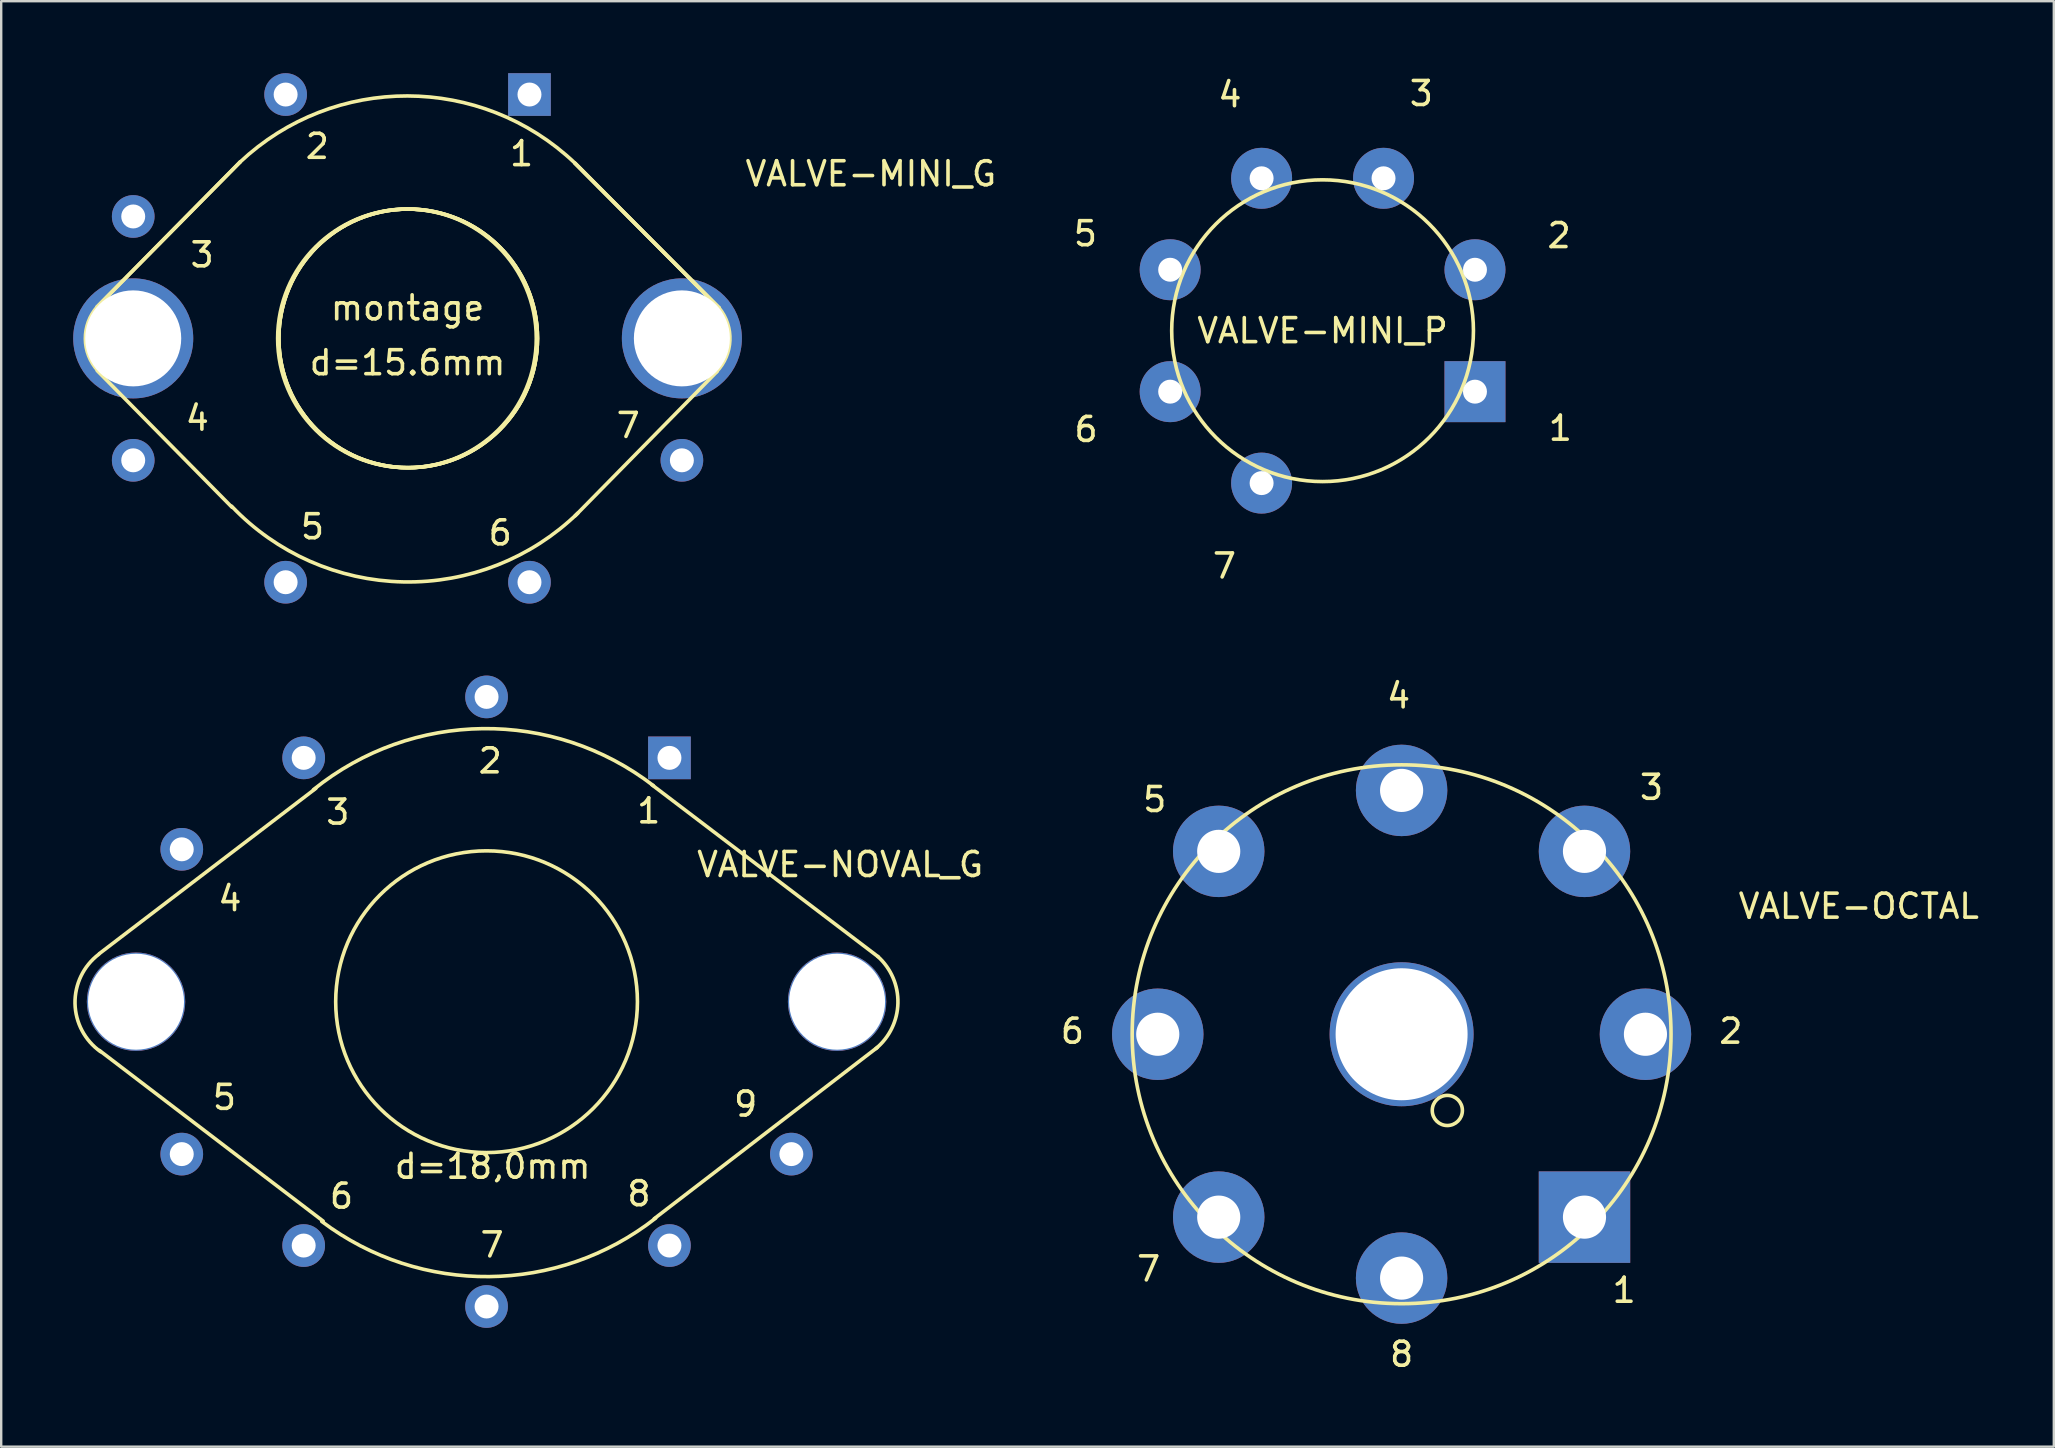
<source format=kicad_pcb>
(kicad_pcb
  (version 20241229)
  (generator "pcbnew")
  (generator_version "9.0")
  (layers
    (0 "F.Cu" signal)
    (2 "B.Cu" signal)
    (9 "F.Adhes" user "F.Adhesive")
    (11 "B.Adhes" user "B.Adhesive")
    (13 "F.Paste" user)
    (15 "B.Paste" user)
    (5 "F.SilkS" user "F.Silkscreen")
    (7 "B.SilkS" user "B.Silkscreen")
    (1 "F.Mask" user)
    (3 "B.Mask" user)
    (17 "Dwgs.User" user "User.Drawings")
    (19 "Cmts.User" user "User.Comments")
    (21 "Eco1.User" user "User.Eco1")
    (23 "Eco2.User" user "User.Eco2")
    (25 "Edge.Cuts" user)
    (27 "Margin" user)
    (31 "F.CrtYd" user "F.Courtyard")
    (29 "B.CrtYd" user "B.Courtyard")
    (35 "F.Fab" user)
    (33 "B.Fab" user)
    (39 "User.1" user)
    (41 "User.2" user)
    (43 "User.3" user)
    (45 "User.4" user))
  (footprint "VALVE-NOVAL_G"
    (layer "F.Cu")
    (at 17.223 38.687)
    (property "Reference" "VALVE-NOVAL_G" (at 14.732 -5.715 0) (layer "F.SilkS") (effects (font (size 1 1) (thickness 0.15))))
    (attr exclude_from_pos_files exclude_from_bom)
    (fp_line (start -16.129 -2.007) (end -7.112 -8.89) (stroke (width 0.15) (type solid)) (layer "F.SilkS"))
    (fp_line (start -16.129 2.032) (end -6.807 9.144) (stroke (width 0.15) (type solid)) (layer "F.SilkS"))
    (fp_line (start 16.281 1.905) (end 6.985 9.042) (stroke (width 0.15) (type solid)) (layer "F.SilkS"))
    (fp_line (start 16.307 -1.88) (end 6.883 -9.042) (stroke (width 0.15) (type solid)) (layer "F.SilkS"))
    (fp_arc (start -16.08074 2.0828) (mid -17.147179 0.072342) (end -16.156452 -1.976486) (stroke (width 0.15) (type solid)) (layer "F.SilkS"))
    (fp_arc (start -7.21106 -8.83666) (mid -0.156275 -11.37739) (end 6.954845 -8.998887) (stroke (width 0.15) (type solid)) (layer "F.SilkS"))
    (fp_arc (start 7.04596 9.017) (mid 0.111758 11.453686) (end -6.868871 9.153377) (stroke (width 0.15) (type solid)) (layer "F.SilkS"))
    (fp_arc (start 16.3068 -1.8796) (mid 17.13994 0.055661) (end 16.222657 1.952487) (stroke (width 0.15) (type solid)) (layer "F.SilkS"))
    (fp_circle (center 0 0) (end -4.445 4.445) (stroke (width 0.15) (type solid)) (fill no) (layer "F.SilkS"))
    (fp_text user "3" (at -6.198 -7.899 0) (layer "F.SilkS") (effects (font (size 1 1) (thickness 0.15))))
    (fp_text user "6" (at -6.045 8.103 0) (layer "F.SilkS") (effects (font (size 1 1) (thickness 0.15))))
    (fp_text user "7" (at 0.229 10.135 0) (layer "F.SilkS") (effects (font (size 1 1) (thickness 0.15))))
    (fp_text user "1" (at 6.756 -7.95 0) (layer "F.SilkS") (effects (font (size 1 1) (thickness 0.15))))
    (fp_text user "4" (at -10.693 -4.293 0) (layer "F.SilkS") (effects (font (size 1 1) (thickness 0.15))))
    (fp_text user "5" (at -10.922 3.988 0) (layer "F.SilkS") (effects (font (size 1 1) (thickness 0.15))))
    (fp_text user "8" (at 6.35 8.001 0) (layer "F.SilkS") (effects (font (size 1 1) (thickness 0.15))))
    (fp_text user "9" (at 10.795 4.267 0) (layer "F.SilkS") (effects (font (size 1 1) (thickness 0.15))))
    (fp_text user "d=18,0mm" (at 0.254 6.858 0) (layer "F.SilkS") (effects (font (size 1 1) (thickness 0.15))))
    (fp_text user "2" (at 0.152 -10.033 0) (layer "F.SilkS") (effects (font (size 1 1) (thickness 0.15))))
    (pad "" thru_hole circle (at 14.605 0) (size 4.1 4.1) (drill 4) (layers "*.Cu" "F.Mask" "F.Paste"))
    (pad "1" thru_hole rect (at 7.62 -10.16) (size 1.778 1.778) (drill 0.998) (layers "*.Cu" "F.Mask" "F.Paste"))
    (pad "2" thru_hole circle (at -14.605 0) (size 4.1 4.1) (drill 4) (layers "*.Cu" "F.Mask" "F.Paste"))
    (pad "2" thru_hole circle (at 0 -12.7) (size 1.778 1.778) (drill 0.998) (layers "*.Cu" "F.Mask" "F.Paste"))
    (pad "3" thru_hole circle (at -7.62 -10.16) (size 1.778 1.778) (drill 0.998) (layers "*.Cu" "F.Mask" "F.Paste"))
    (pad "4" thru_hole circle (at -12.7 -6.35) (size 1.778 1.778) (drill 0.998) (layers "*.Cu" "F.Mask" "F.Paste"))
    (pad "5" thru_hole circle (at -12.7 6.35) (size 1.778 1.778) (drill 0.998) (layers "*.Cu" "F.Mask" "F.Paste"))
    (pad "6" thru_hole circle (at -7.62 10.16) (size 1.778 1.778) (drill 0.998) (layers "*.Cu" "F.Mask" "F.Paste"))
    (pad "7" thru_hole circle (at 0 12.7) (size 1.778 1.778) (drill 0.998) (layers "*.Cu" "F.Mask" "F.Paste"))
    (pad "8" thru_hole circle (at 7.62 10.16) (size 1.778 1.778) (drill 0.998) (layers "*.Cu" "F.Mask" "F.Paste"))
    (pad "9" thru_hole circle (at 12.7 6.35) (size 1.778 1.778) (drill 0.998) (layers "*.Cu" "F.Mask" "F.Paste")))
  (footprint "VALVE-OCTAL"
    (layer "F.Cu")
    (at 55.349 40.043)
    (property "Reference" "VALVE-OCTAL" (at 19.05 -5.334 0) (layer "F.SilkS") (effects (font (size 1 1) (thickness 0.15))))
    (attr exclude_from_pos_files exclude_from_bom)
    (fp_circle (center 0 0) (end -7.938 7.938) (stroke (width 0.15) (type solid)) (fill no) (layer "F.SilkS"))
    (fp_circle (center 1.905 3.175) (end 2.349 3.619) (stroke (width 0.15) (type solid)) (fill no) (layer "F.SilkS"))
    (fp_text user "5" (at -10.287 -9.779 0) (layer "F.SilkS") (effects (font (size 1 1) (thickness 0.15))))
    (fp_text user "1" (at 9.271 10.668 0) (layer "F.SilkS") (effects (font (size 1 1) (thickness 0.15))))
    (fp_text user "3" (at 10.414 -10.287 0) (layer "F.SilkS") (effects (font (size 1 1) (thickness 0.15))))
    (fp_text user "4" (at -0.127 -14.097 0) (layer "F.SilkS") (effects (font (size 1 1) (thickness 0.15))))
    (fp_text user "6" (at -13.716 -0.127 0) (layer "F.SilkS") (effects (font (size 1 1) (thickness 0.15))))
    (fp_text user "2" (at 13.716 -0.127 0) (layer "F.SilkS") (effects (font (size 1 1) (thickness 0.15))))
    (fp_text user "7" (at -10.541 9.779 0) (layer "F.SilkS") (effects (font (size 1 1) (thickness 0.15))))
    (fp_text user "8" (at 0 13.335 0) (layer "F.SilkS") (effects (font (size 1 1) (thickness 0.15))))
    (pad "" thru_hole circle (at 0 0) (size 5.999 5.999) (drill 5.499) (layers "*.Cu" "F.Mask" "F.Paste"))
    (pad "1" thru_hole rect (at 7.62 7.62) (size 3.81 3.81) (drill 1.798) (layers "*.Cu" "F.Mask" "F.Paste"))
    (pad "2" thru_hole circle (at 10.16 0) (size 3.81 3.81) (drill 1.798) (layers "*.Cu" "F.Mask" "F.Paste"))
    (pad "3" thru_hole circle (at 7.62 -7.62) (size 3.81 3.81) (drill 1.798) (layers "*.Cu" "F.Mask" "F.Paste"))
    (pad "4" thru_hole circle (at 0 -10.16) (size 3.81 3.81) (drill 1.798) (layers "*.Cu" "F.Mask" "F.Paste"))
    (pad "5" thru_hole circle (at -7.62 -7.62) (size 3.81 3.81) (drill 1.798) (layers "*.Cu" "F.Mask" "F.Paste"))
    (pad "6" thru_hole circle (at -10.16 0) (size 3.81 3.81) (drill 1.798) (layers "*.Cu" "F.Mask" "F.Paste"))
    (pad "7" thru_hole circle (at -7.62 7.62) (size 3.81 3.81) (drill 1.798) (layers "*.Cu" "F.Mask" "F.Paste"))
    (pad "8" thru_hole circle (at 0 10.16) (size 3.81 3.81) (drill 1.798) (layers "*.Cu" "F.Mask" "F.Paste")))
  (footprint "VALVE-MINI_P"
    (layer "F.Cu")
    (at 52.056 10.729)
    (property "Reference" "VALVE-MINI_P" (at 0 0 0) (layer "F.SilkS") (effects (font (size 1 1) (thickness 0.15))))
    (attr exclude_from_pos_files exclude_from_bom)
    (fp_circle (center 0 0) (end -4.445 4.445) (stroke (width 0.15) (type solid)) (fill no) (layer "F.SilkS"))
    (fp_text user "2" (at 9.855 -3.962 0) (layer "F.SilkS") (effects (font (size 1 1) (thickness 0.15))))
    (fp_text user "4" (at -3.861 -9.83 0) (layer "F.SilkS") (effects (font (size 1 1) (thickness 0.15))))
    (fp_text user "5" (at -9.881 -4.039 0) (layer "F.SilkS") (effects (font (size 1 1) (thickness 0.15))))
    (fp_text user "1" (at 9.906 4.064 0) (layer "F.SilkS") (effects (font (size 1 1) (thickness 0.15))))
    (fp_text user "6" (at -9.855 4.115 0) (layer "F.SilkS") (effects (font (size 1 1) (thickness 0.15))))
    (fp_text user "3" (at 4.115 -9.881 0) (layer "F.SilkS") (effects (font (size 1 1) (thickness 0.15))))
    (fp_text user "7" (at -4.089 9.804 0) (layer "F.SilkS") (effects (font (size 1 1) (thickness 0.15))))
    (pad "1" thru_hole rect (at 6.35 2.54) (size 2.54 2.54) (drill 0.998) (layers "*.Cu" "F.Mask" "F.Paste"))
    (pad "2" thru_hole circle (at 6.35 -2.54) (size 2.54 2.54) (drill 0.998) (layers "*.Cu" "F.Mask" "F.Paste"))
    (pad "3" thru_hole circle (at 2.54 -6.35) (size 2.54 2.54) (drill 0.998) (layers "*.Cu" "F.Mask" "F.Paste"))
    (pad "4" thru_hole circle (at -2.54 -6.35) (size 2.54 2.54) (drill 0.998) (layers "*.Cu" "F.Mask" "F.Paste"))
    (pad "5" thru_hole circle (at -6.35 -2.54) (size 2.54 2.54) (drill 0.998) (layers "*.Cu" "F.Mask" "F.Paste"))
    (pad "6" thru_hole circle (at -6.35 2.54) (size 2.54 2.54) (drill 0.998) (layers "*.Cu" "F.Mask" "F.Paste"))
    (pad "7" thru_hole circle (at -2.54 6.35) (size 2.54 2.54) (drill 0.998) (layers "*.Cu" "F.Mask" "F.Paste")))
  (footprint "VALVE-MINI_G"
    (layer "F.Cu")
    (at 13.931 11.049)
    (property "Reference" "VALVE-MINI_G" (at 19.304 -6.858 0) (layer "F.SilkS") (effects (font (size 1 1) (thickness 0.15))))
    (attr exclude_from_pos_files exclude_from_bom)
    (fp_line (start -12.929 -1.321) (end -6.985 -7.341) (stroke (width 0.15) (type solid)) (layer "F.SilkS"))
    (fp_line (start -12.929 -1.321) (end -6.985 -7.341) (stroke (width 0.15) (type solid)) (layer "F.SilkS"))
    (fp_line (start -12.929 1.346) (end -7.315 7.036) (stroke (width 0.15) (type solid)) (layer "F.SilkS"))
    (fp_line (start 6.985 -7.29) (end 12.979 -1.27) (stroke (width 0.15) (type solid)) (layer "F.SilkS"))
    (fp_line (start 6.985 -7.29) (end 12.979 -1.27) (stroke (width 0.15) (type solid)) (layer "F.SilkS"))
    (fp_line (start 6.985 -7.29) (end 12.979 -1.27) (stroke (width 0.15) (type solid)) (layer "F.SilkS"))
    (fp_line (start 12.903 1.372) (end 6.985 7.391) (stroke (width 0.15) (type solid)) (layer "F.SilkS"))
    (fp_arc (start -12.90066 1.34874) (mid -13.42538 0.019987) (end -12.927382 -1.31901) (stroke (width 0.15) (type solid)) (layer "F.SilkS"))
    (fp_arc (start -6.985 -7.3406) (mid -0.00353 -10.101458) (end 6.96598 -7.310547) (stroke (width 0.15) (type solid)) (layer "F.SilkS"))
    (fp_arc (start 7.09422 7.28218) (mid -0.178599 10.14676) (end -7.330404 6.992175) (stroke (width 0.15) (type solid)) (layer "F.SilkS"))
    (fp_arc (start 12.9794 -1.27) (mid 13.431537 0.085971) (end 12.864795 1.398178) (stroke (width 0.15) (type solid)) (layer "F.SilkS"))
    (fp_circle (center -0.025 0) (end -3.835 3.81) (stroke (width 0.15) (type solid)) (fill no) (layer "F.SilkS"))
    (fp_circle (center 0.025 0) (end 3.835 3.81) (stroke (width 0.15) (type solid)) (fill no) (layer "F.SilkS"))
    (fp_circle (center 0.025 0) (end 3.835 3.81) (stroke (width 0.15) (type solid)) (fill no) (layer "F.SilkS"))
    (fp_circle (center 0.025 0) (end 3.835 3.81) (stroke (width 0.15) (type solid)) (fill no) (layer "F.SilkS"))
    (fp_text user "7" (at 9.195 3.63 0) (layer "F.SilkS") (effects (font (size 1 1) (thickness 0.15))))
    (fp_text user "3" (at -8.56 -3.48 0) (layer "F.SilkS") (effects (font (size 1 1) (thickness 0.15))))
    (fp_text user "montage" (at 0 -1.27 0) (layer "F.SilkS") (effects (font (size 1 1) (thickness 0.15))))
    (fp_text user "4" (at -8.76 3.327 0) (layer "F.SilkS") (effects (font (size 1 1) (thickness 0.15))))
    (fp_text user "2" (at -3.759 -8.001 0) (layer "F.SilkS") (effects (font (size 1 1) (thickness 0.15))))
    (fp_text user "d=15.6mm" (at 0 1.016 0) (layer "F.SilkS") (effects (font (size 1 1) (thickness 0.15))))
    (fp_text user "5" (at -3.962 7.849 0) (layer "F.SilkS") (effects (font (size 1 1) (thickness 0.15))))
    (fp_text user "1" (at 4.75 -7.696 0) (layer "F.SilkS") (effects (font (size 1 1) (thickness 0.15))))
    (fp_text user "6" (at 3.861 8.103 0) (layer "F.SilkS") (effects (font (size 1 1) (thickness 0.15))))
    (pad "" thru_hole circle (at -11.43 0) (size 5.001 5.001) (drill 4) (layers "*.Cu" "F.Mask" "F.Paste"))
    (pad "" thru_hole circle (at 11.43 0) (size 5.001 5.001) (drill 4) (layers "*.Cu" "F.Mask" "F.Paste"))
    (pad "1" thru_hole rect (at 5.08 -10.16) (size 1.778 1.778) (drill 0.998) (layers "*.Cu" "F.Mask" "F.Paste"))
    (pad "2" thru_hole circle (at -5.08 -10.16) (size 1.778 1.778) (drill 0.998) (layers "*.Cu" "F.Mask" "F.Paste"))
    (pad "3" thru_hole circle (at -11.43 -5.08) (size 1.778 1.778) (drill 0.998) (layers "*.Cu" "F.Mask" "F.Paste"))
    (pad "4" thru_hole circle (at -11.43 5.08) (size 1.778 1.778) (drill 0.998) (layers "*.Cu" "F.Mask" "F.Paste"))
    (pad "5" thru_hole circle (at -5.08 10.16) (size 1.778 1.778) (drill 0.998) (layers "*.Cu" "F.Mask" "F.Paste"))
    (pad "6" thru_hole circle (at 5.08 10.16) (size 1.778 1.778) (drill 0.998) (layers "*.Cu" "F.Mask" "F.Paste"))
    (pad "7" thru_hole circle (at 11.43 5.08) (size 1.778 1.778) (drill 0.998) (layers "*.Cu" "F.Mask" "F.Paste")))
  (gr_rect
    (start -3 -3)
    (end 82.524 57.227)
    (stroke (width 0.1) (type default))
    (fill no)
    (layer "Edge.Cuts")))
</source>
